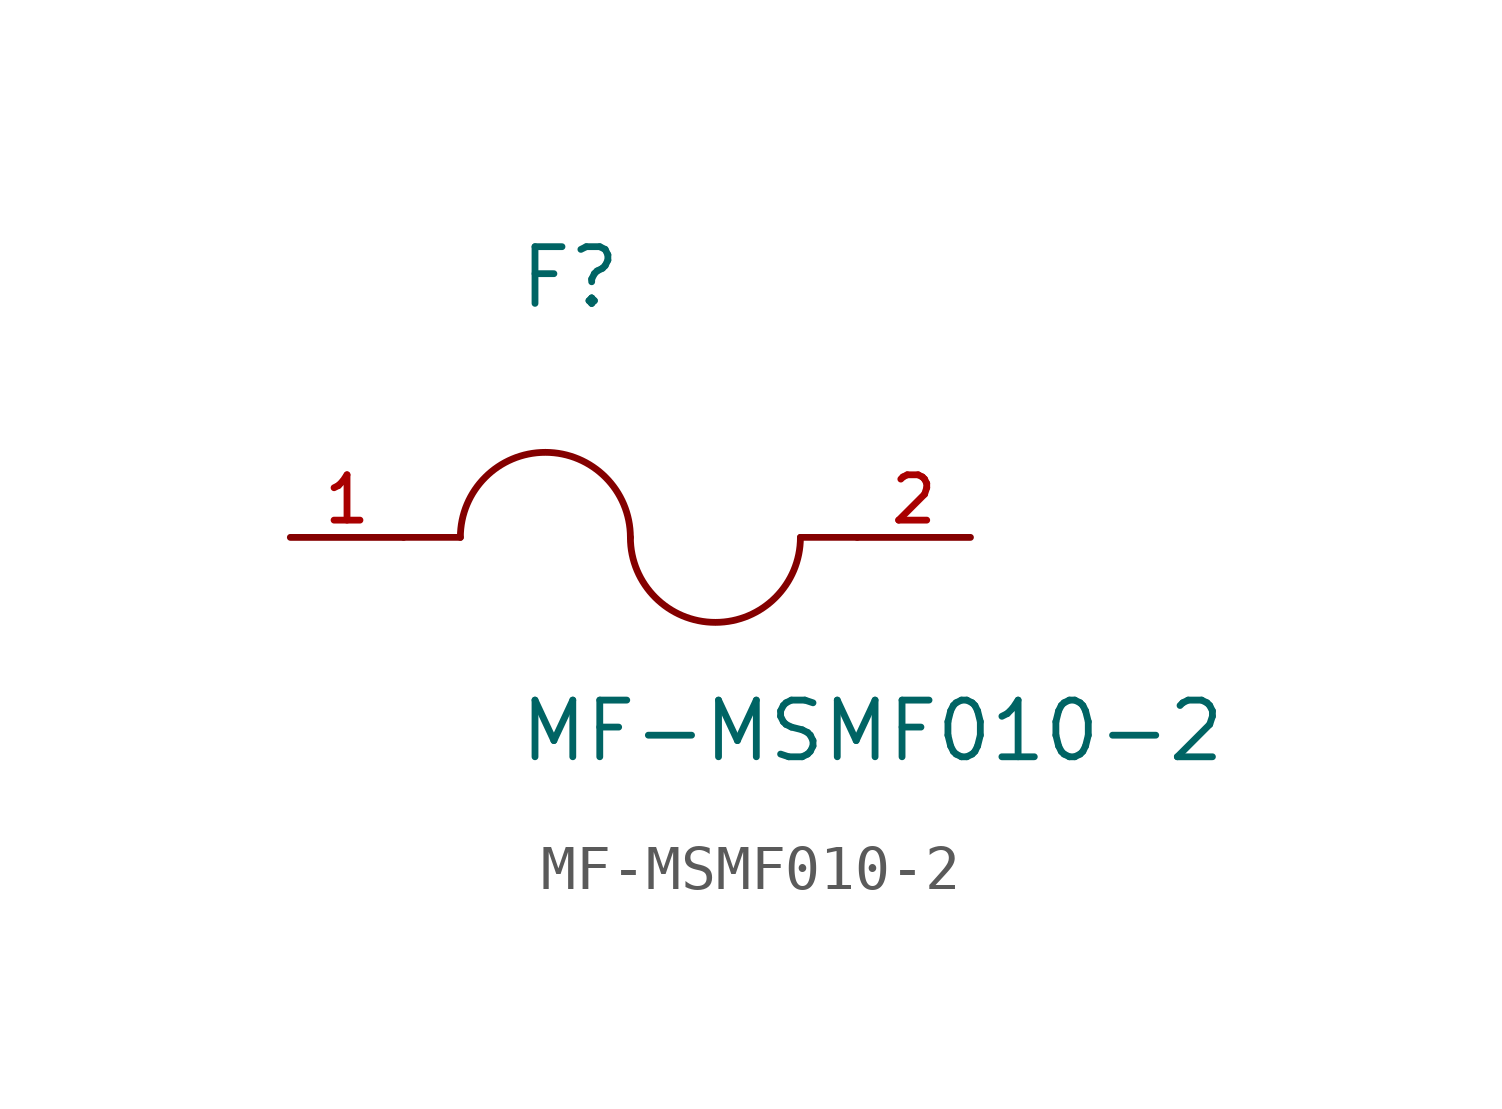
<source format=kicad_sym>
(kicad_symbol_lib
  (version 20211014)
  (generator kicad_symbol_editor)
  (symbol "MF-MSMF010-2"
    (pin_names
      (offset 1.016))
    (property "Reference" "F"
      (at -2.54 5.08 0)
      (effects (font (size 1.27 1.27)) (justify bottom left)))
    (property "Value" "MF-MSMF010-2"
      (at -2.54 -5.08 0)
      (effects (font (size 1.27 1.27)) (justify bottom left)))
    (symbol "MF-MSMF010-2_0_0"
      (arc (start 0.0 0.0) (mid -1.905 1.905) (end -3.81 0.0) (stroke (width 0.1524) (type default) (color 0 0 0 0)) (fill (type none)))
      (arc (start 3.81 0.0) (mid 1.905 -1.905) (end 0.0 0.0) (stroke (width 0.1524) (type default) (color 0 0 0 0)) (fill (type none)))
      (polyline (pts (xy 5.08 0.0) (xy 3.81 0.0)) (stroke (width 0.152)))
      (polyline (pts (xy -5.08 0.0) (xy -3.81 0.0)) (stroke (width 0.152)))
      (pin passive line (at 7.62 0.0 180.0) (length 2.54) (name "~" (effects (font (size 1.016 1.016)))) (number "2" (effects (font (size 1.016 1.016)))))
      (pin passive line (at -7.62 0.0 0) (length 2.54) (name "~" (effects (font (size 1.016 1.016)))) (number "1" (effects (font (size 1.016 1.016))))))))
</source>
